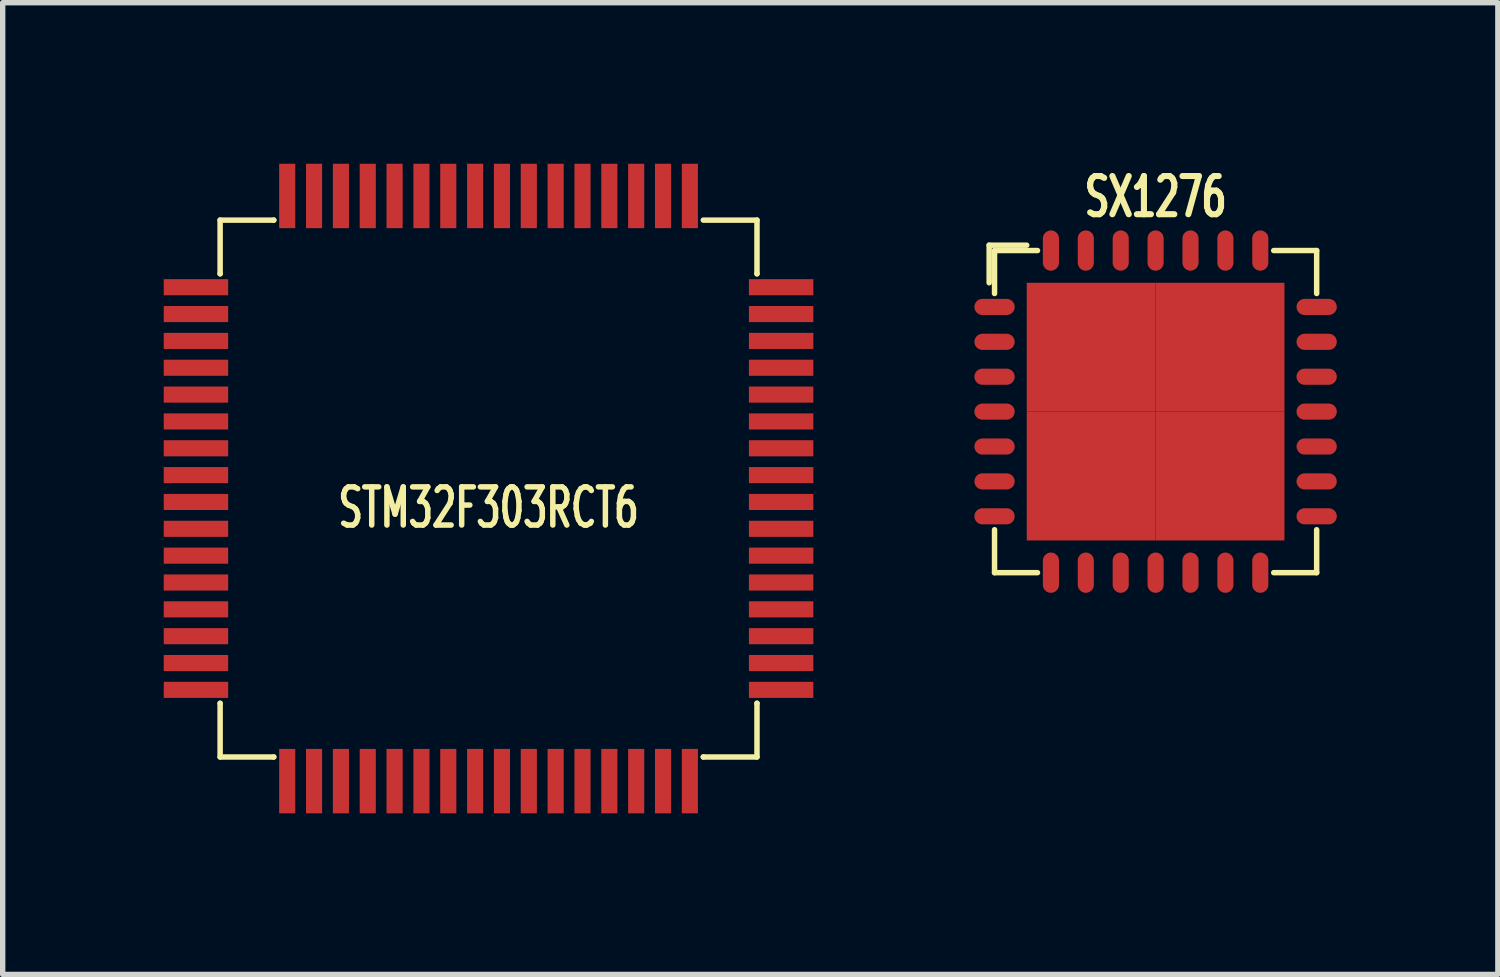
<source format=kicad_pcb>
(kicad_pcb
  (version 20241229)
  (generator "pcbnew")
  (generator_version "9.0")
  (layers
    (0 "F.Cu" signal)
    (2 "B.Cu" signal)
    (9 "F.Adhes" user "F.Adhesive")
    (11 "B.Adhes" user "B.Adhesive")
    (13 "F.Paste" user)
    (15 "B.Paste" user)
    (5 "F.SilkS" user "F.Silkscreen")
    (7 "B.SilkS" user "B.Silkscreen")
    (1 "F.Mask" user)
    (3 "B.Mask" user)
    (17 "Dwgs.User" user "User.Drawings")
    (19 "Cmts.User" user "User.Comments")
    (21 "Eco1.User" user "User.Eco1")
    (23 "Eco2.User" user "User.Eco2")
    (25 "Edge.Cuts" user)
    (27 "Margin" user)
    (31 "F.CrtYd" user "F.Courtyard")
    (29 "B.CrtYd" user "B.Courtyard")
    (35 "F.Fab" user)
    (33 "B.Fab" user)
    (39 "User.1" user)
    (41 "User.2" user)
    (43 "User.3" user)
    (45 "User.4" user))
  (footprint "STM32F303RCT6"
    (layer "F.Cu")
    (at 6.05 6.05)
    (property "Reference" "STM32F303RCT6" (at 0 0.356 0) (layer "F.SilkS") (effects (font (size 0.711 0.457) (thickness 0.102))))
    (attr through_hole)
    (fp_line (start -5 -5) (end -5 -4) (stroke (width 0.102) (type solid)) (layer "F.SilkS"))
    (fp_line (start -5 -5) (end -4 -5) (stroke (width 0.102) (type solid)) (layer "F.SilkS"))
    (fp_line (start -5 -4) (end -5 -4) (stroke (width 0.102) (type solid)) (layer "F.SilkS"))
    (fp_line (start -5 4) (end -5 4) (stroke (width 0.102) (type solid)) (layer "F.SilkS"))
    (fp_line (start -5 5) (end -5 4) (stroke (width 0.102) (type solid)) (layer "F.SilkS"))
    (fp_line (start -5 5) (end -4 5) (stroke (width 0.102) (type solid)) (layer "F.SilkS"))
    (fp_line (start -4 -5) (end -4 -5) (stroke (width 0.102) (type solid)) (layer "F.SilkS"))
    (fp_line (start -4 5) (end -4 5) (stroke (width 0.102) (type solid)) (layer "F.SilkS"))
    (fp_line (start 4 5) (end 4 5) (stroke (width 0.102) (type solid)) (layer "F.SilkS"))
    (fp_line (start 5 -5) (end 4 -5) (stroke (width 0.102) (type solid)) (layer "F.SilkS"))
    (fp_line (start 5 -5) (end 5 -4) (stroke (width 0.102) (type solid)) (layer "F.SilkS"))
    (fp_line (start 5 -4) (end 5 -4) (stroke (width 0.102) (type solid)) (layer "F.SilkS"))
    (fp_line (start 5 4) (end 5 4) (stroke (width 0.102) (type solid)) (layer "F.SilkS"))
    (fp_line (start 5 5) (end 4 5) (stroke (width 0.102) (type solid)) (layer "F.SilkS"))
    (fp_line (start 5 5) (end 5 4) (stroke (width 0.102) (type solid)) (layer "F.SilkS"))
    (pad "1" smd rect (at -5.45 -3.75 90) (size 0.3 1.2) (layers "F.Cu" "F.Mask" "F.Paste"))
    (pad "2" smd rect (at -5.45 -3.25 90) (size 0.3 1.2) (layers "F.Cu" "F.Mask" "F.Paste"))
    (pad "3" smd rect (at -5.45 -2.75 90) (size 0.3 1.2) (layers "F.Cu" "F.Mask" "F.Paste"))
    (pad "4" smd rect (at -5.45 -2.25 90) (size 0.3 1.2) (layers "F.Cu" "F.Mask" "F.Paste"))
    (pad "5" smd rect (at -5.45 -1.75 90) (size 0.3 1.2) (layers "F.Cu" "F.Mask" "F.Paste"))
    (pad "6" smd rect (at -5.45 -1.25 90) (size 0.3 1.2) (layers "F.Cu" "F.Mask" "F.Paste"))
    (pad "7" smd rect (at -5.45 -0.75 90) (size 0.3 1.2) (layers "F.Cu" "F.Mask" "F.Paste"))
    (pad "8" smd rect (at -5.45 -0.25 90) (size 0.3 1.2) (layers "F.Cu" "F.Mask" "F.Paste"))
    (pad "9" smd rect (at -5.45 0.25 90) (size 0.3 1.2) (layers "F.Cu" "F.Mask" "F.Paste"))
    (pad "10" smd rect (at -5.45 0.75 90) (size 0.3 1.2) (layers "F.Cu" "F.Mask" "F.Paste"))
    (pad "11" smd rect (at -5.45 1.25 90) (size 0.3 1.2) (layers "F.Cu" "F.Mask" "F.Paste"))
    (pad "12" smd rect (at -5.45 1.75 90) (size 0.3 1.2) (layers "F.Cu" "F.Mask" "F.Paste"))
    (pad "13" smd rect (at -5.45 2.25 90) (size 0.3 1.2) (layers "F.Cu" "F.Mask" "F.Paste"))
    (pad "14" smd rect (at -5.45 2.75 90) (size 0.3 1.2) (layers "F.Cu" "F.Mask" "F.Paste"))
    (pad "15" smd rect (at -5.45 3.25 90) (size 0.3 1.2) (layers "F.Cu" "F.Mask" "F.Paste"))
    (pad "16" smd rect (at -5.45 3.75 90) (size 0.3 1.2) (layers "F.Cu" "F.Mask" "F.Paste"))
    (pad "17" smd rect (at -3.75 5.45) (size 0.3 1.2) (layers "F.Cu" "F.Mask" "F.Paste"))
    (pad "18" smd rect (at -3.25 5.45) (size 0.3 1.2) (layers "F.Cu" "F.Mask" "F.Paste"))
    (pad "19" smd rect (at -2.75 5.45) (size 0.3 1.2) (layers "F.Cu" "F.Mask" "F.Paste"))
    (pad "20" smd rect (at -2.25 5.45) (size 0.3 1.2) (layers "F.Cu" "F.Mask" "F.Paste"))
    (pad "21" smd rect (at -1.75 5.45) (size 0.3 1.2) (layers "F.Cu" "F.Mask" "F.Paste"))
    (pad "22" smd rect (at -1.25 5.45) (size 0.3 1.2) (layers "F.Cu" "F.Mask" "F.Paste"))
    (pad "23" smd rect (at -0.75 5.45) (size 0.3 1.2) (layers "F.Cu" "F.Mask" "F.Paste"))
    (pad "24" smd rect (at -0.25 5.45) (size 0.3 1.2) (layers "F.Cu" "F.Mask" "F.Paste"))
    (pad "25" smd rect (at 0.25 5.45) (size 0.3 1.2) (layers "F.Cu" "F.Mask" "F.Paste"))
    (pad "26" smd rect (at 0.75 5.45) (size 0.3 1.2) (layers "F.Cu" "F.Mask" "F.Paste"))
    (pad "27" smd rect (at 1.25 5.45) (size 0.3 1.2) (layers "F.Cu" "F.Mask" "F.Paste"))
    (pad "28" smd rect (at 1.75 5.45) (size 0.3 1.2) (layers "F.Cu" "F.Mask" "F.Paste"))
    (pad "29" smd rect (at 2.25 5.45) (size 0.3 1.2) (layers "F.Cu" "F.Mask" "F.Paste"))
    (pad "30" smd rect (at 2.75 5.45) (size 0.3 1.2) (layers "F.Cu" "F.Mask" "F.Paste"))
    (pad "31" smd rect (at 3.25 5.45) (size 0.3 1.2) (layers "F.Cu" "F.Mask" "F.Paste"))
    (pad "32" smd rect (at 3.75 5.45) (size 0.3 1.2) (layers "F.Cu" "F.Mask" "F.Paste"))
    (pad "33" smd rect (at 5.45 3.75 90) (size 0.3 1.2) (layers "F.Cu" "F.Mask" "F.Paste"))
    (pad "34" smd rect (at 5.45 3.25 90) (size 0.3 1.2) (layers "F.Cu" "F.Mask" "F.Paste"))
    (pad "35" smd rect (at 5.45 2.75 90) (size 0.3 1.2) (layers "F.Cu" "F.Mask" "F.Paste"))
    (pad "36" smd rect (at 5.45 2.25 90) (size 0.3 1.2) (layers "F.Cu" "F.Mask" "F.Paste"))
    (pad "37" smd rect (at 5.45 1.75 90) (size 0.3 1.2) (layers "F.Cu" "F.Mask" "F.Paste"))
    (pad "38" smd rect (at 5.45 1.25 90) (size 0.3 1.2) (layers "F.Cu" "F.Mask" "F.Paste"))
    (pad "39" smd rect (at 5.45 0.75 90) (size 0.3 1.2) (layers "F.Cu" "F.Mask" "F.Paste"))
    (pad "40" smd rect (at 5.45 0.25 90) (size 0.3 1.2) (layers "F.Cu" "F.Mask" "F.Paste"))
    (pad "41" smd rect (at 5.45 -0.25 90) (size 0.3 1.2) (layers "F.Cu" "F.Mask" "F.Paste"))
    (pad "42" smd rect (at 5.45 -0.75 90) (size 0.3 1.2) (layers "F.Cu" "F.Mask" "F.Paste"))
    (pad "43" smd rect (at 5.45 -1.25 90) (size 0.3 1.2) (layers "F.Cu" "F.Mask" "F.Paste"))
    (pad "44" smd rect (at 5.45 -1.75 90) (size 0.3 1.2) (layers "F.Cu" "F.Mask" "F.Paste"))
    (pad "45" smd rect (at 5.45 -2.25 90) (size 0.3 1.2) (layers "F.Cu" "F.Mask" "F.Paste"))
    (pad "46" smd rect (at 5.45 -2.75 90) (size 0.3 1.2) (layers "F.Cu" "F.Mask" "F.Paste"))
    (pad "47" smd rect (at 5.45 -3.25 90) (size 0.3 1.2) (layers "F.Cu" "F.Mask" "F.Paste"))
    (pad "48" smd rect (at 5.45 -3.75 90) (size 0.3 1.2) (layers "F.Cu" "F.Mask" "F.Paste"))
    (pad "49" smd rect (at 3.75 -5.45) (size 0.3 1.2) (layers "F.Cu" "F.Mask" "F.Paste"))
    (pad "50" smd rect (at 3.25 -5.45) (size 0.3 1.2) (layers "F.Cu" "F.Mask" "F.Paste"))
    (pad "51" smd rect (at 2.75 -5.45) (size 0.3 1.2) (layers "F.Cu" "F.Mask" "F.Paste"))
    (pad "52" smd rect (at 2.25 -5.45) (size 0.3 1.2) (layers "F.Cu" "F.Mask" "F.Paste"))
    (pad "53" smd rect (at 1.75 -5.45) (size 0.3 1.2) (layers "F.Cu" "F.Mask" "F.Paste"))
    (pad "54" smd rect (at 1.25 -5.45) (size 0.3 1.2) (layers "F.Cu" "F.Mask" "F.Paste"))
    (pad "55" smd rect (at 0.75 -5.45) (size 0.3 1.2) (layers "F.Cu" "F.Mask" "F.Paste"))
    (pad "56" smd rect (at 0.25 -5.45) (size 0.3 1.2) (layers "F.Cu" "F.Mask" "F.Paste"))
    (pad "57" smd rect (at -0.25 -5.45) (size 0.3 1.2) (layers "F.Cu" "F.Mask" "F.Paste"))
    (pad "58" smd rect (at -0.75 -5.45) (size 0.3 1.2) (layers "F.Cu" "F.Mask" "F.Paste"))
    (pad "59" smd rect (at -1.25 -5.45) (size 0.3 1.2) (layers "F.Cu" "F.Mask" "F.Paste"))
    (pad "60" smd rect (at -1.75 -5.45) (size 0.3 1.2) (layers "F.Cu" "F.Mask" "F.Paste"))
    (pad "61" smd rect (at -2.25 -5.45) (size 0.3 1.2) (layers "F.Cu" "F.Mask" "F.Paste"))
    (pad "62" smd rect (at -2.75 -5.45) (size 0.3 1.2) (layers "F.Cu" "F.Mask" "F.Paste"))
    (pad "63" smd rect (at -3.25 -5.45) (size 0.3 1.2) (layers "F.Cu" "F.Mask" "F.Paste"))
    (pad "64" smd rect (at -3.75 -5.45) (size 0.3 1.2) (layers "F.Cu" "F.Mask" "F.Paste")))
  (footprint "SX1276"
    (layer "F.Cu")
    (at 18.475 4.617)
    (property "Reference" "SX1276" (at 0 -4 0) (layer "F.SilkS") (effects (font (size 0.711 0.457) (thickness 0.114))))
    (attr smd)
    (fp_line (start -3.1 -3.1) (end -3.1 -2.4) (stroke (width 0.102) (type solid)) (layer "F.SilkS"))
    (fp_line (start -3 -3) (end -3 -2.2) (stroke (width 0.102) (type solid)) (layer "F.SilkS"))
    (fp_line (start -3 -3) (end -2.2 -3) (stroke (width 0.102) (type solid)) (layer "F.SilkS"))
    (fp_line (start -3 3) (end -3 2.2) (stroke (width 0.102) (type solid)) (layer "F.SilkS"))
    (fp_line (start -3 3) (end -2.2 3) (stroke (width 0.102) (type solid)) (layer "F.SilkS"))
    (fp_line (start -2.4 -3.1) (end -3.1 -3.1) (stroke (width 0.102) (type solid)) (layer "F.SilkS"))
    (fp_line (start 3 -3) (end 2.2 -3) (stroke (width 0.102) (type solid)) (layer "F.SilkS"))
    (fp_line (start 3 -3) (end 3 -2.2) (stroke (width 0.102) (type solid)) (layer "F.SilkS"))
    (fp_line (start 3 3) (end 2.2 3) (stroke (width 0.102) (type solid)) (layer "F.SilkS"))
    (fp_line (start 3 3) (end 3 2.2) (stroke (width 0.102) (type solid)) (layer "F.SilkS"))
    (pad "1" smd oval (at -3 -1.95 90) (size 0.3 0.75) (layers "F.Cu" "F.Mask" "F.Paste"))
    (pad "2" smd oval (at -3 -1.3 90) (size 0.3 0.75) (layers "F.Cu" "F.Mask" "F.Paste"))
    (pad "3" smd oval (at -3 -0.65 90) (size 0.3 0.75) (layers "F.Cu" "F.Mask" "F.Paste"))
    (pad "4" smd oval (at -3 0 90) (size 0.3 0.75) (layers "F.Cu" "F.Mask" "F.Paste"))
    (pad "5" smd oval (at -3 0.65 90) (size 0.3 0.75) (layers "F.Cu" "F.Mask" "F.Paste"))
    (pad "6" smd oval (at -3 1.3 90) (size 0.3 0.75) (layers "F.Cu" "F.Mask" "F.Paste"))
    (pad "7" smd oval (at -3 1.95 90) (size 0.3 0.75) (layers "F.Cu" "F.Mask" "F.Paste"))
    (pad "8" smd oval (at -1.95 3) (size 0.3 0.75) (layers "F.Cu" "F.Mask" "F.Paste"))
    (pad "9" smd oval (at -1.3 3) (size 0.3 0.75) (layers "F.Cu" "F.Mask" "F.Paste"))
    (pad "10" smd oval (at -0.65 3) (size 0.3 0.75) (layers "F.Cu" "F.Mask" "F.Paste"))
    (pad "11" smd oval (at 0 3) (size 0.3 0.75) (layers "F.Cu" "F.Mask" "F.Paste"))
    (pad "12" smd oval (at 0.65 3) (size 0.3 0.75) (layers "F.Cu" "F.Mask" "F.Paste"))
    (pad "13" smd oval (at 1.3 3) (size 0.3 0.75) (layers "F.Cu" "F.Mask" "F.Paste"))
    (pad "14" smd oval (at 1.95 3) (size 0.3 0.75) (layers "F.Cu" "F.Mask" "F.Paste"))
    (pad "15" smd oval (at 3 1.95 90) (size 0.3 0.75) (layers "F.Cu" "F.Mask" "F.Paste"))
    (pad "16" smd oval (at 3 1.3 90) (size 0.3 0.75) (layers "F.Cu" "F.Mask" "F.Paste"))
    (pad "17" smd oval (at 3 0.65 90) (size 0.3 0.75) (layers "F.Cu" "F.Mask" "F.Paste"))
    (pad "18" smd oval (at 3 0 90) (size 0.3 0.75) (layers "F.Cu" "F.Mask" "F.Paste"))
    (pad "19" smd oval (at 3 -0.65 90) (size 0.3 0.75) (layers "F.Cu" "F.Mask" "F.Paste"))
    (pad "20" smd oval (at 3 -1.3 90) (size 0.3 0.75) (layers "F.Cu" "F.Mask" "F.Paste"))
    (pad "21" smd oval (at 3 -1.95 90) (size 0.3 0.75) (layers "F.Cu" "F.Mask" "F.Paste"))
    (pad "22" smd oval (at 1.95 -3) (size 0.3 0.75) (layers "F.Cu" "F.Mask" "F.Paste"))
    (pad "23" smd oval (at 1.3 -3) (size 0.3 0.75) (layers "F.Cu" "F.Mask" "F.Paste"))
    (pad "24" smd oval (at 0.65 -3) (size 0.3 0.75) (layers "F.Cu" "F.Mask" "F.Paste"))
    (pad "25" smd oval (at 0 -3) (size 0.3 0.75) (layers "F.Cu" "F.Mask" "F.Paste"))
    (pad "26" smd oval (at -0.65 -3) (size 0.3 0.75) (layers "F.Cu" "F.Mask" "F.Paste"))
    (pad "27" smd oval (at -1.3 -3) (size 0.3 0.75) (layers "F.Cu" "F.Mask" "F.Paste"))
    (pad "28" smd oval (at -1.95 -3) (size 0.3 0.75) (layers "F.Cu" "F.Mask" "F.Paste"))
    (pad "29" smd rect (at -1.2 -1.2) (size 2.4 2.4) (layers "F.Cu" "F.Mask" "F.Paste"))
    (pad "29" smd rect (at -1.2 1.2) (size 2.4 2.4) (layers "F.Cu" "F.Mask" "F.Paste"))
    (pad "29" smd rect (at 1.2 -1.2) (size 2.4 2.4) (layers "F.Cu" "F.Mask" "F.Paste"))
    (pad "29" smd rect (at 1.2 1.2) (size 2.4 2.4) (layers "F.Cu" "F.Mask" "F.Paste")))
  (gr_rect
    (start -3 -3)
    (end 24.85 15.1)
    (stroke (width 0.1) (type default))
    (fill no)
    (layer "Edge.Cuts")))
</source>
